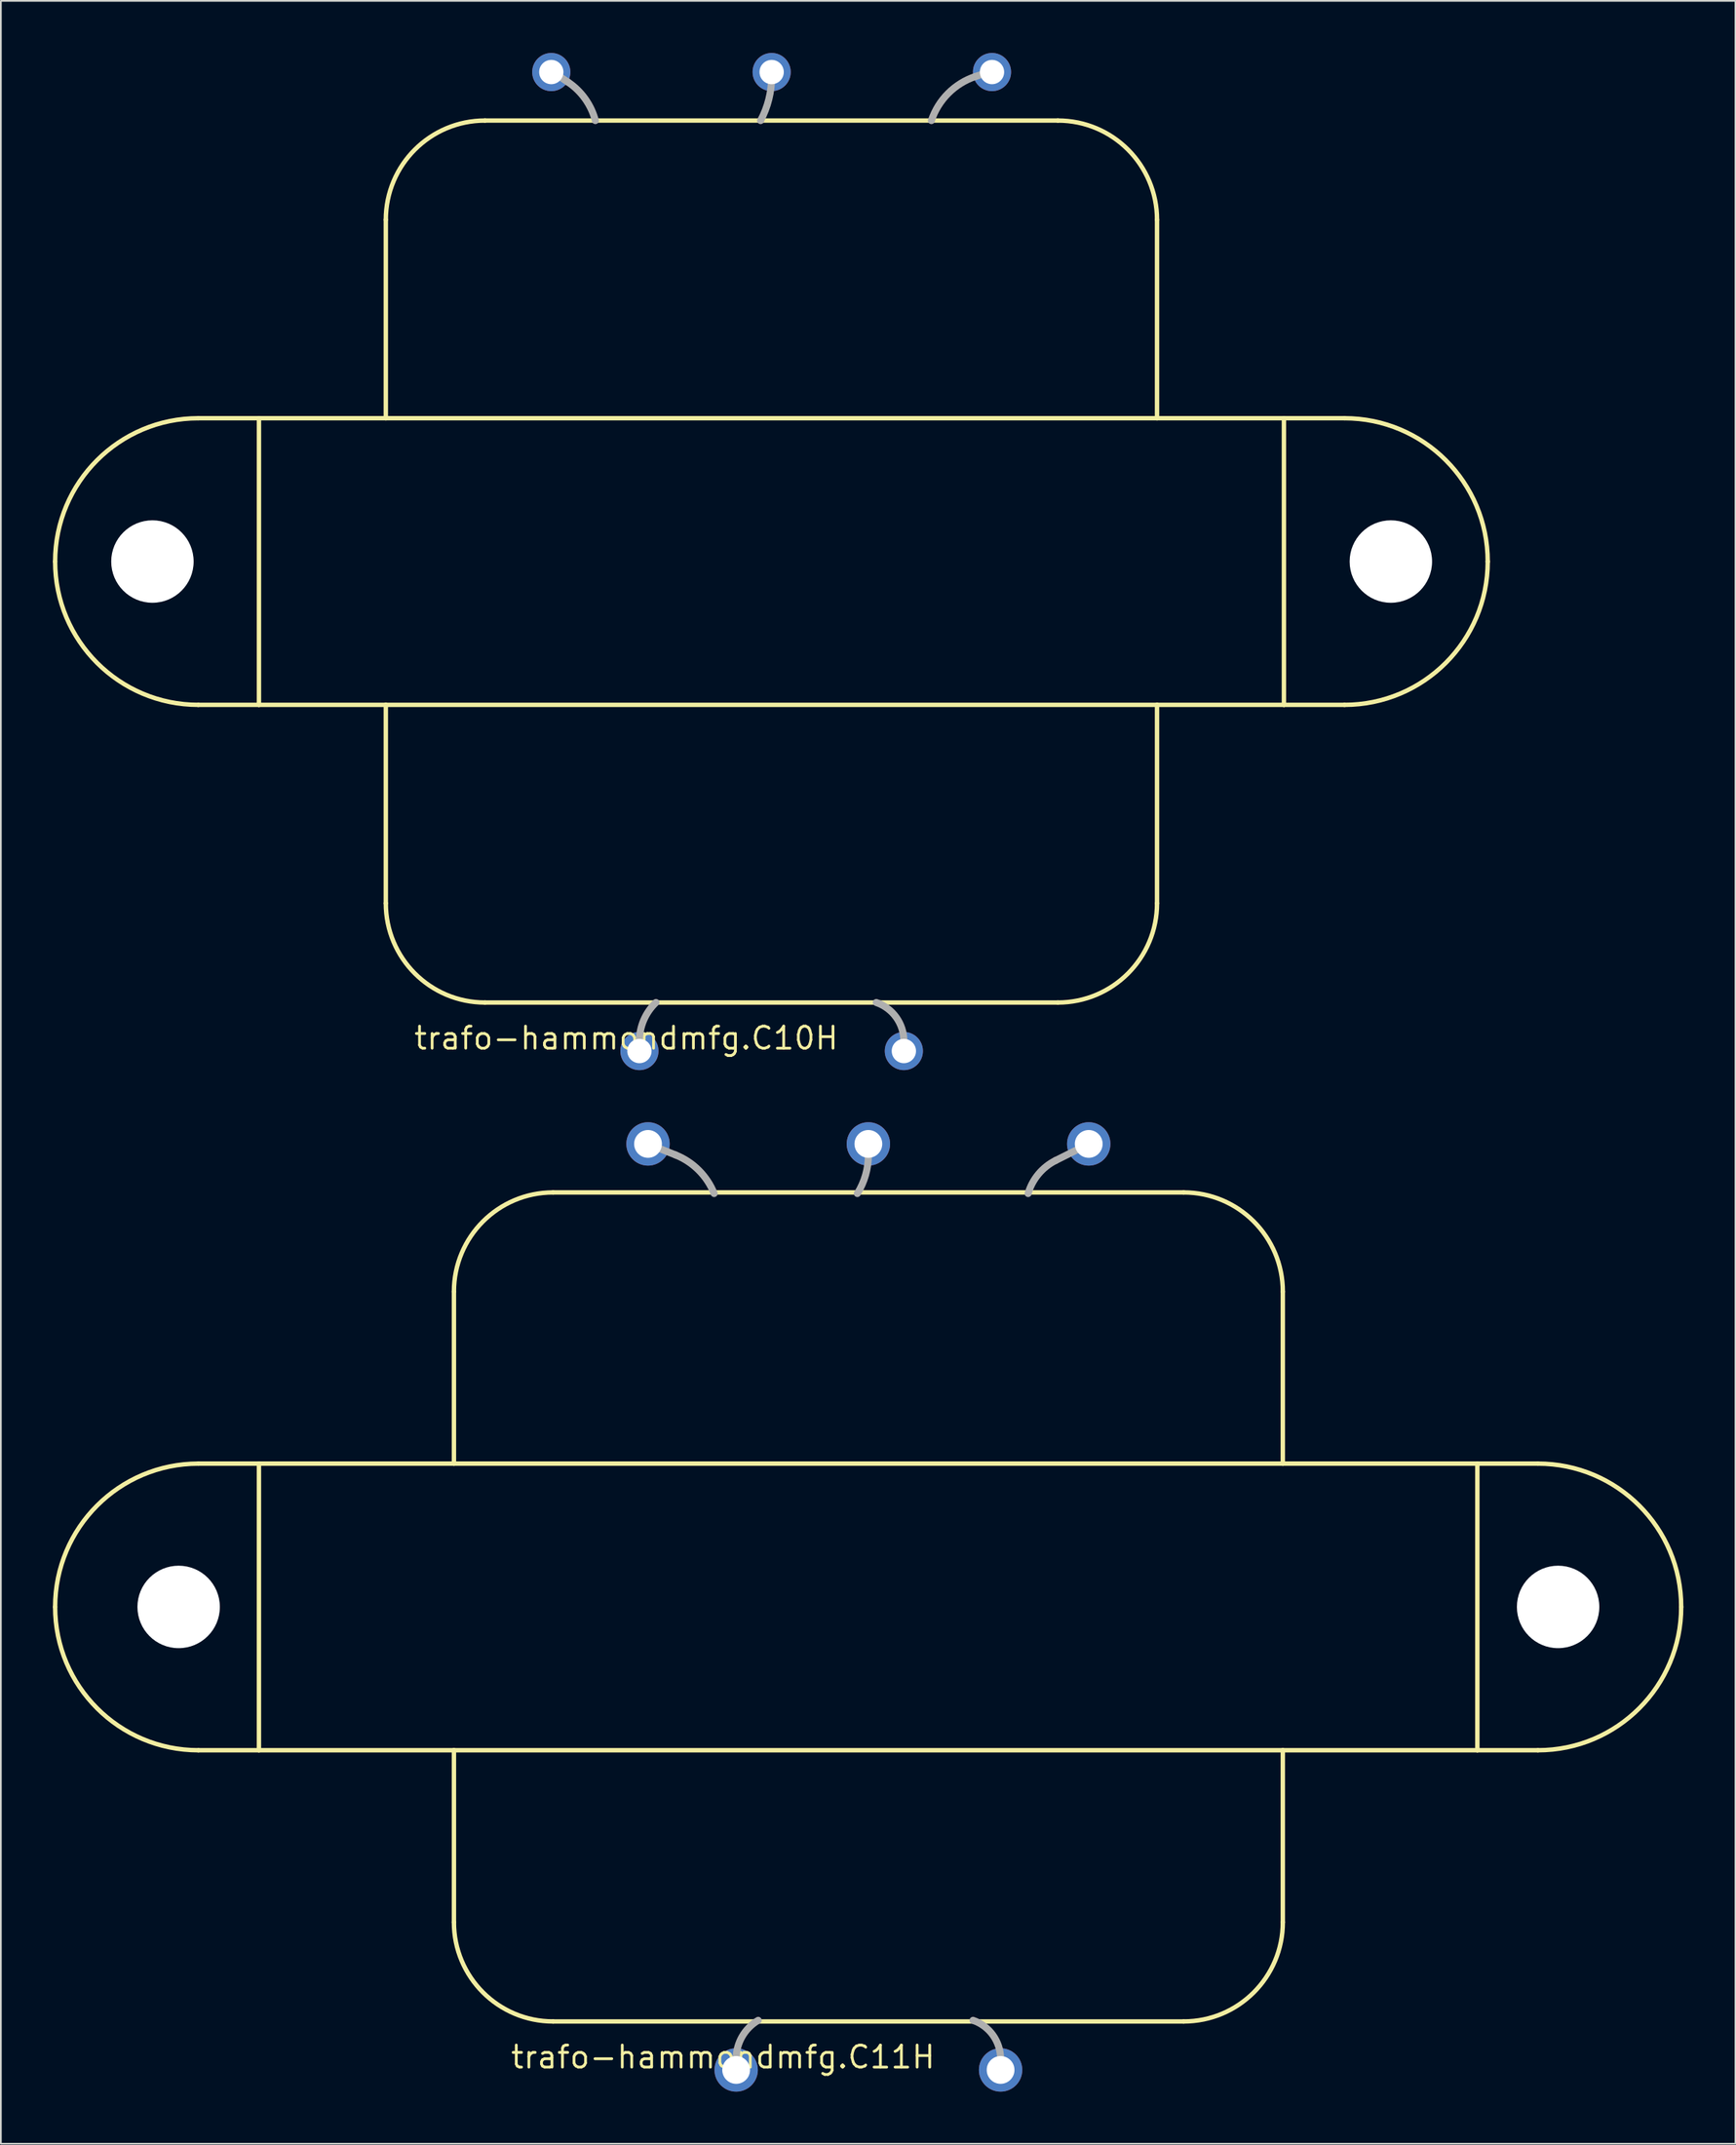
<source format=kicad_pcb>
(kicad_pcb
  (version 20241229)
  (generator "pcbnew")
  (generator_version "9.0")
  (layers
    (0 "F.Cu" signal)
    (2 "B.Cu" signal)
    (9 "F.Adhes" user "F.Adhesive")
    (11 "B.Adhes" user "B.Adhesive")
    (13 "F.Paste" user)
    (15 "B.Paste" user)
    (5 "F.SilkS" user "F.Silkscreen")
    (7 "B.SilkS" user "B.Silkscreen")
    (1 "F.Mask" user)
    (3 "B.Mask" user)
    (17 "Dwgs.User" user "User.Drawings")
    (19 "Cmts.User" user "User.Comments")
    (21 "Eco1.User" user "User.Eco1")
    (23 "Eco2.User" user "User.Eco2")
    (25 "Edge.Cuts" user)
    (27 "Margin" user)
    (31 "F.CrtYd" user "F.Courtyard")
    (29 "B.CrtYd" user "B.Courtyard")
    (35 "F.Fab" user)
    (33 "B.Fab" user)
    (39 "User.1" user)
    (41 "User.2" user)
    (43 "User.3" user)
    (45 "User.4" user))
  (footprint "trafo-hammondmfg.C10H"
    (layer "F.Cu")
    (at 41.422 29.295)
    (property "Reference" "trafo-hammondmfg.C10H" (at -20.7 28.195 0) (layer "F.SilkS") (effects (font (size 1.27 1.27) (thickness 0.16)) (justify left bottom)))
    (attr through_hole)
    (fp_line (start -33.04 8.255) (end -29.547 8.255) (stroke (width 0.254) (type default)) (layer "F.SilkS"))
    (fp_line (start -29.547 -8.255) (end -33.04 -8.255) (stroke (width 0.254) (type default)) (layer "F.SilkS"))
    (fp_line (start -29.547 -8.255) (end -29.547 8.255) (stroke (width 0.254) (type default)) (layer "F.SilkS"))
    (fp_line (start -29.547 8.255) (end -22.236 8.255) (stroke (width 0.254) (type default)) (layer "F.SilkS"))
    (fp_line (start -22.236 -8.255) (end -29.547 -8.255) (stroke (width 0.254) (type default)) (layer "F.SilkS"))
    (fp_line (start -22.236 -8.255) (end -22.236 -19.686) (stroke (width 0.254) (type default)) (layer "F.SilkS"))
    (fp_line (start -22.236 8.255) (end 22.211 8.255) (stroke (width 0.254) (type default)) (layer "F.SilkS"))
    (fp_line (start -22.236 19.686) (end -22.236 8.255) (stroke (width 0.254) (type default)) (layer "F.SilkS"))
    (fp_line (start -16.521 -25.401) (end 16.496 -25.401) (stroke (width 0.254) (type default)) (layer "F.SilkS"))
    (fp_line (start 16.496 25.401) (end -16.521 25.401) (stroke (width 0.254) (type default)) (layer "F.SilkS"))
    (fp_line (start 22.211 -19.686) (end 22.211 -8.255) (stroke (width 0.254) (type default)) (layer "F.SilkS"))
    (fp_line (start 22.211 -8.255) (end -22.236 -8.255) (stroke (width 0.254) (type default)) (layer "F.SilkS"))
    (fp_line (start 22.211 8.255) (end 22.211 19.686) (stroke (width 0.254) (type default)) (layer "F.SilkS"))
    (fp_line (start 22.211 8.255) (end 29.523 8.255) (stroke (width 0.254) (type default)) (layer "F.SilkS"))
    (fp_line (start 29.523 -8.255) (end 22.211 -8.255) (stroke (width 0.254) (type default)) (layer "F.SilkS"))
    (fp_line (start 29.523 -8.255) (end 29.523 8.255) (stroke (width 0.254) (type default)) (layer "F.SilkS"))
    (fp_line (start 29.523 8.255) (end 33.015 8.255) (stroke (width 0.254) (type default)) (layer "F.SilkS"))
    (fp_line (start 33.015 -8.255) (end 29.523 -8.255) (stroke (width 0.254) (type default)) (layer "F.SilkS"))
    (fp_arc (start -41.295 0) (mid -38.877166 -5.837166) (end -33.04 -8.255) (stroke (width 0.254) (type default)) (layer "F.SilkS"))
    (fp_arc (start -33.04 8.255) (mid -38.877166 5.837166) (end -41.295 0) (stroke (width 0.254) (type default)) (layer "F.SilkS"))
    (fp_arc (start -22.236 -19.686) (mid -20.562115 -23.727115) (end -16.521 -25.401) (stroke (width 0.254) (type default)) (layer "F.SilkS"))
    (fp_arc (start -16.521 25.401) (mid -20.562115 23.727115) (end -22.236 19.686) (stroke (width 0.254) (type default)) (layer "F.SilkS"))
    (fp_arc (start 16.496 -25.401) (mid 20.537115 -23.727115) (end 22.211 -19.686) (stroke (width 0.254) (type default)) (layer "F.SilkS"))
    (fp_arc (start 22.211 19.686) (mid 20.537115 23.727115) (end 16.496 25.401) (stroke (width 0.254) (type default)) (layer "F.SilkS"))
    (fp_arc (start 33.015 -8.255) (mid 38.852166 -5.837166) (end 41.27 0) (stroke (width 0.254) (type default)) (layer "F.SilkS"))
    (fp_arc (start 41.27 0) (mid 38.852166 5.837166) (end 33.015 8.255) (stroke (width 0.254) (type default)) (layer "F.SilkS"))
    (fp_line (start -12.7 -28.258) (end -11.748 -27.622) (stroke (width 0.406) (type default)) (layer "F.Fab"))
    (fp_line (start -7.62 27.94) (end -7.62 27.622) (stroke (width 0.406) (type default)) (layer "F.Fab"))
    (fp_line (start 0 -28.258) (end 0 -27.94) (stroke (width 0.406) (type default)) (layer "F.Fab"))
    (fp_line (start 7.62 28.258) (end 7.62 27.622) (stroke (width 0.406) (type default)) (layer "F.Fab"))
    (fp_line (start 12.7 -28.258) (end 11.748 -27.94) (stroke (width 0.406) (type default)) (layer "F.Fab"))
    (fp_arc (start -11.7475 -27.6225) (mid -10.750076 -26.656732) (end -10.16 -25.4) (stroke (width 0.4064) (type default)) (layer "F.Fab"))
    (fp_arc (start -7.62 27.6225) (mid -7.371843 26.413496) (end -6.6675 25.4) (stroke (width 0.4064) (type default)) (layer "F.Fab"))
    (fp_arc (start 0 -27.94) (mid -0.161156 -26.630914) (end -0.635 -25.4) (stroke (width 0.4064) (type default)) (layer "F.Fab"))
    (fp_arc (start 6.0325 25.4) (mid 7.182367 26.256881) (end 7.62 27.6225) (stroke (width 0.4064) (type default)) (layer "F.Fab"))
    (fp_arc (start 9.2075 -25.4) (mid 10.177694 -26.969806) (end 11.7475 -27.94) (stroke (width 0.4064) (type default)) (layer "F.Fab"))
    (pad "" np_thru_hole circle (at -35.687 0) (size 4.75 4.75) (drill 4.75) (layers "*.Cu" "*.Mask"))
    (pad "" np_thru_hole circle (at 35.687 0) (size 4.75 4.75) (drill 4.75) (layers "*.Cu" "*.Mask"))
    (pad "BLK@1" thru_hole circle (at -7.62 28.195) (size 2.2 2.2) (drill 1.4) (layers "*.Cu" "*.Mask"))
    (pad "BLK@2" thru_hole circle (at 7.62 28.195) (size 2.2 2.2) (drill 1.4) (layers "*.Cu" "*.Mask"))
    (pad "GRN/YEL" thru_hole circle (at 0 -28.195) (size 2.2 2.2) (drill 1.4) (layers "*.Cu" "*.Mask"))
    (pad "GRN@1" thru_hole circle (at -12.7 -28.195) (size 2.2 2.2) (drill 1.4) (layers "*.Cu" "*.Mask"))
    (pad "GRN@2" thru_hole circle (at 12.7 -28.195) (size 2.2 2.2) (drill 1.4) (layers "*.Cu" "*.Mask")))
  (footprint "trafo-hammondmfg.C11H"
    (layer "F.Cu")
    (at 46.997 89.51)
    (property "Reference" "trafo-hammondmfg.C11H" (at -20.7 26.67 0) (layer "F.SilkS") (effects (font (size 1.27 1.27) (thickness 0.16)) (justify left bottom)))
    (attr through_hole)
    (fp_line (start -38.615 8.255) (end -35.123 8.255) (stroke (width 0.254) (type default)) (layer "F.SilkS"))
    (fp_line (start -35.123 -8.255) (end -38.615 -8.255) (stroke (width 0.254) (type default)) (layer "F.SilkS"))
    (fp_line (start -35.123 -8.255) (end -35.123 8.255) (stroke (width 0.254) (type default)) (layer "F.SilkS"))
    (fp_line (start -35.123 8.255) (end -23.886 8.255) (stroke (width 0.254) (type default)) (layer "F.SilkS"))
    (fp_line (start -23.886 -8.255) (end -35.123 -8.255) (stroke (width 0.254) (type default)) (layer "F.SilkS"))
    (fp_line (start -23.886 -8.255) (end -23.886 -18.161) (stroke (width 0.254) (type default)) (layer "F.SilkS"))
    (fp_line (start -23.886 8.255) (end 23.886 8.255) (stroke (width 0.254) (type default)) (layer "F.SilkS"))
    (fp_line (start -23.886 18.161) (end -23.886 8.255) (stroke (width 0.254) (type default)) (layer "F.SilkS"))
    (fp_line (start -18.171 -23.876) (end 18.171 -23.876) (stroke (width 0.254) (type default)) (layer "F.SilkS"))
    (fp_line (start 18.171 23.876) (end -18.171 23.876) (stroke (width 0.254) (type default)) (layer "F.SilkS"))
    (fp_line (start 23.886 -18.161) (end 23.886 -8.255) (stroke (width 0.254) (type default)) (layer "F.SilkS"))
    (fp_line (start 23.886 -8.255) (end -23.886 -8.255) (stroke (width 0.254) (type default)) (layer "F.SilkS"))
    (fp_line (start 23.886 8.255) (end 23.886 18.161) (stroke (width 0.254) (type default)) (layer "F.SilkS"))
    (fp_line (start 23.886 8.255) (end 35.097 8.255) (stroke (width 0.254) (type default)) (layer "F.SilkS"))
    (fp_line (start 35.097 -8.255) (end 23.886 -8.255) (stroke (width 0.254) (type default)) (layer "F.SilkS"))
    (fp_line (start 35.097 -8.255) (end 35.097 8.255) (stroke (width 0.254) (type default)) (layer "F.SilkS"))
    (fp_line (start 35.097 8.255) (end 38.59 8.255) (stroke (width 0.254) (type default)) (layer "F.SilkS"))
    (fp_line (start 38.59 -8.255) (end 35.097 -8.255) (stroke (width 0.254) (type default)) (layer "F.SilkS"))
    (fp_arc (start -46.87 0) (mid -44.452166 -5.837166) (end -38.615 -8.255) (stroke (width 0.254) (type default)) (layer "F.SilkS"))
    (fp_arc (start -38.615 8.255) (mid -44.452166 5.837166) (end -46.87 0) (stroke (width 0.254) (type default)) (layer "F.SilkS"))
    (fp_arc (start -23.886 -18.161) (mid -22.212115 -22.202115) (end -18.171 -23.876) (stroke (width 0.254) (type default)) (layer "F.SilkS"))
    (fp_arc (start -18.171 23.876) (mid -22.212115 22.202115) (end -23.886 18.161) (stroke (width 0.254) (type default)) (layer "F.SilkS"))
    (fp_arc (start 18.171 -23.876) (mid 22.212115 -22.202115) (end 23.886 -18.161) (stroke (width 0.254) (type default)) (layer "F.SilkS"))
    (fp_arc (start 23.886 18.161) (mid 22.212115 22.202115) (end 18.171 23.876) (stroke (width 0.254) (type default)) (layer "F.SilkS"))
    (fp_arc (start 38.59 -8.255) (mid 44.427166 -5.837166) (end 46.845 0) (stroke (width 0.254) (type default)) (layer "F.SilkS"))
    (fp_arc (start 46.845 0) (mid 44.427166 5.837166) (end 38.59 8.255) (stroke (width 0.254) (type default)) (layer "F.SilkS"))
    (fp_line (start -12.7 -26.67) (end -11.113 -26.035) (stroke (width 0.406) (type default)) (layer "F.Fab"))
    (fp_line (start -7.62 26.67) (end -7.62 26.035) (stroke (width 0.406) (type default)) (layer "F.Fab"))
    (fp_line (start 0 -26.67) (end 0 -26.035) (stroke (width 0.406) (type default)) (layer "F.Fab"))
    (fp_line (start 7.62 26.67) (end 7.62 26.035) (stroke (width 0.406) (type default)) (layer "F.Fab"))
    (fp_line (start 12.7 -26.67) (end 10.795 -25.718) (stroke (width 0.406) (type default)) (layer "F.Fab"))
    (fp_arc (start -11.1125 -26.035) (mid -9.773157 -25.151843) (end -8.89 -23.8125) (stroke (width 0.4064) (type default)) (layer "F.Fab"))
    (fp_arc (start -7.62 26.035) (mid -7.280108 24.755117) (end -6.35 23.8125) (stroke (width 0.4064) (type default)) (layer "F.Fab"))
    (fp_arc (start 0 -26.035) (mid -0.161864 -24.879283) (end -0.635 -23.8125) (stroke (width 0.4064) (type default)) (layer "F.Fab"))
    (fp_arc (start 6.0325 23.8125) (mid 7.182367 24.669381) (end 7.62 26.035) (stroke (width 0.4064) (type default)) (layer "F.Fab"))
    (fp_arc (start 9.2075 -23.8125) (mid 9.802008 -24.931035) (end 10.795 -25.7175) (stroke (width 0.4064) (type default)) (layer "F.Fab"))
    (pad "" np_thru_hole circle (at -39.751 0) (size 4.75 4.75) (drill 4.75) (layers "*.Cu" "*.Mask"))
    (pad "" np_thru_hole circle (at 39.751 0) (size 4.75 4.75) (drill 4.75) (layers "*.Cu" "*.Mask"))
    (pad "BLK@1" thru_hole circle (at -7.62 26.67) (size 2.5 2.5) (drill 1.6) (layers "*.Cu" "*.Mask"))
    (pad "BLK@2" thru_hole circle (at 7.62 26.67) (size 2.5 2.5) (drill 1.6) (layers "*.Cu" "*.Mask"))
    (pad "GRN/YEL" thru_hole circle (at 0 -26.67) (size 2.5 2.5) (drill 1.6) (layers "*.Cu" "*.Mask"))
    (pad "GRN@1" thru_hole circle (at -12.7 -26.67) (size 2.5 2.5) (drill 1.6) (layers "*.Cu" "*.Mask"))
    (pad "GRN@2" thru_hole circle (at 12.7 -26.67) (size 2.5 2.5) (drill 1.6) (layers "*.Cu" "*.Mask")))
  (gr_rect
    (start -3 -3)
    (end 96.969 120.43)
    (stroke (width 0.1) (type default))
    (fill no)
    (layer "Edge.Cuts")))
</source>
